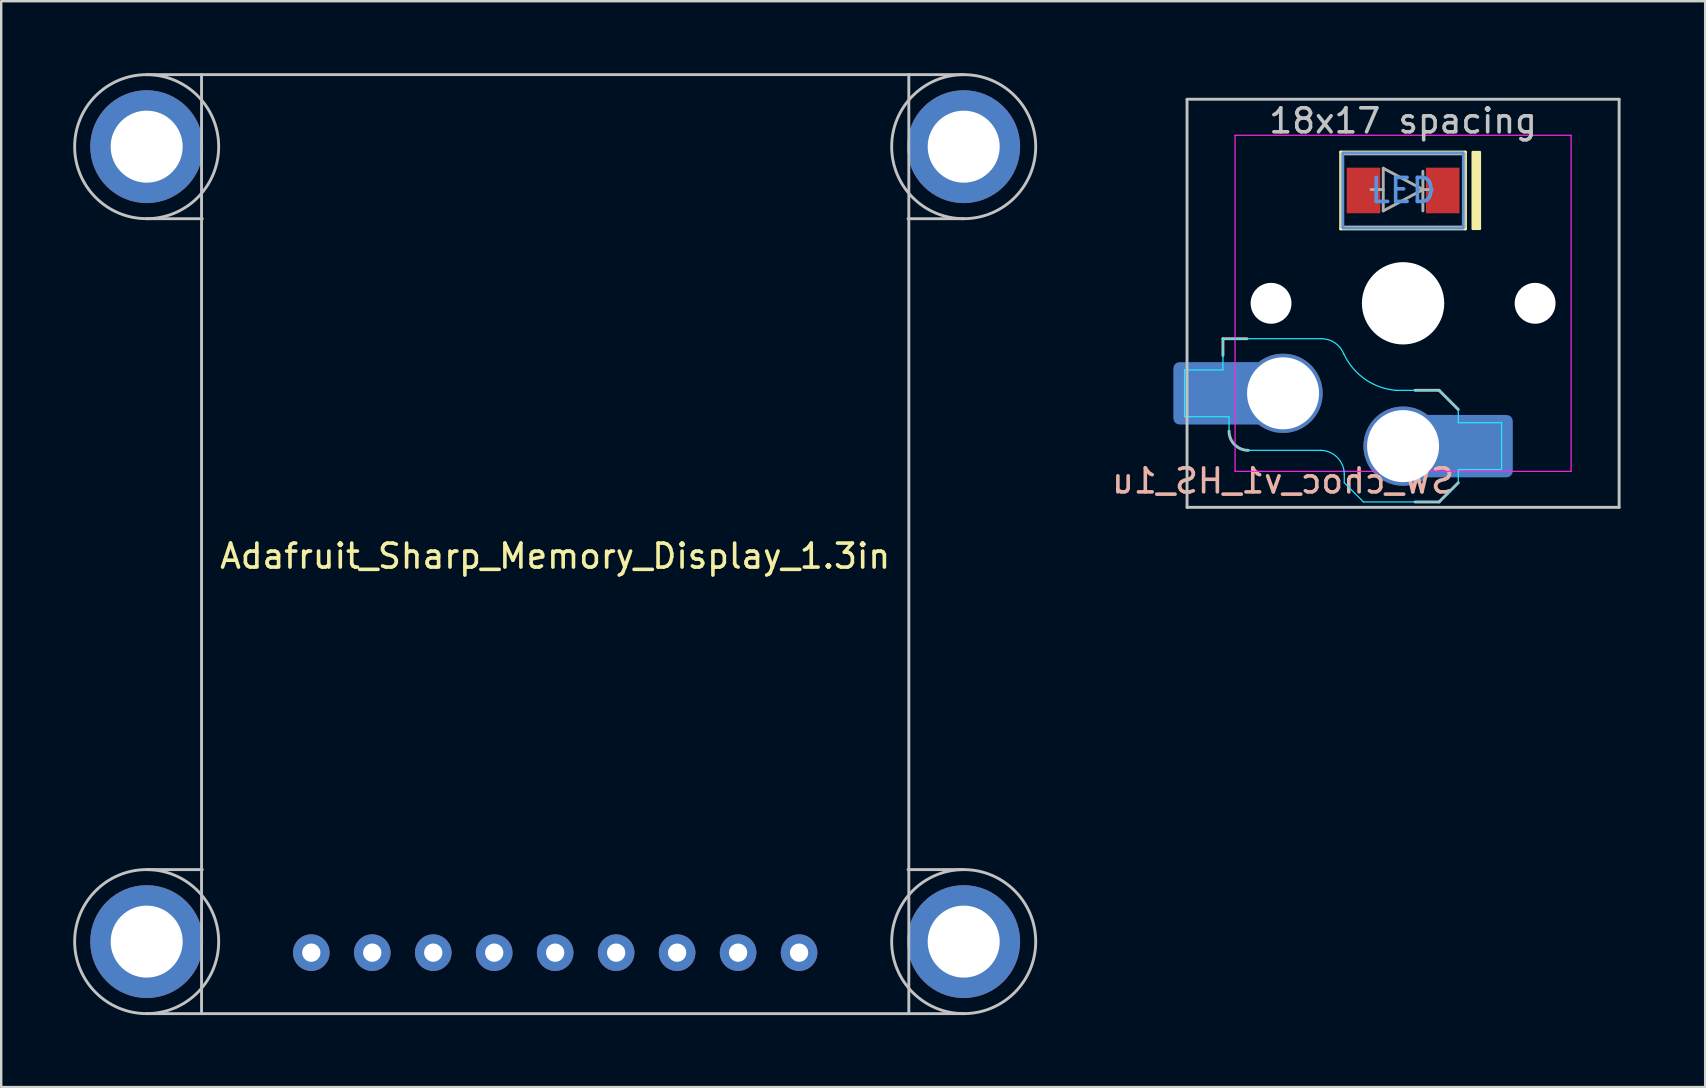
<source format=kicad_pcb>
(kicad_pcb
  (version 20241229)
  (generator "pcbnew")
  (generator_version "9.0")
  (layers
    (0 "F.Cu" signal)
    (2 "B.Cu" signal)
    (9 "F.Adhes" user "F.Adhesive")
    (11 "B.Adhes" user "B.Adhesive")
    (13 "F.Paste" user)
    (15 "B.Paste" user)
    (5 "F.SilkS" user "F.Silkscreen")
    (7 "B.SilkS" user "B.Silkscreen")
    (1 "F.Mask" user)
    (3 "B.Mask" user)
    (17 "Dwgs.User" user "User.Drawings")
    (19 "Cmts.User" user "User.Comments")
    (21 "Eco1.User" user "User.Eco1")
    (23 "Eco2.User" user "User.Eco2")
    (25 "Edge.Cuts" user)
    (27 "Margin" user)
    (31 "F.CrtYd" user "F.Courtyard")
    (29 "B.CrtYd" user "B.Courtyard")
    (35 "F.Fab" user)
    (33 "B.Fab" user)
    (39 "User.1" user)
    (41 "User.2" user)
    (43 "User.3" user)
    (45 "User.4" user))
  (footprint "SW_choc_v1_HS_1u"
    (layer "F.Cu")
    (at 55.4 9.585)
    (property "Reference" "SW_choc_v1_HS_1u" (at -5 7.4 180) (layer "B.SilkS") (effects (font (size 1 1) (thickness 0.15)) (justify mirror)))
    (attr smd)
    (fp_line (start -2.6 -6.3) (end 2.6 -6.3) (stroke (width 0.12) (type solid)) (layer "F.SilkS"))
    (fp_line (start -2.6 -3.1) (end -2.6 -6.3) (stroke (width 0.12) (type solid)) (layer "F.SilkS"))
    (fp_line (start 2.6 -6.3) (end 2.6 -3.1) (stroke (width 0.12) (type solid)) (layer "F.SilkS"))
    (fp_line (start 2.6 -3.1) (end -2.6 -3.1) (stroke (width 0.12) (type solid)) (layer "F.SilkS"))
    (fp_poly (pts (xy 2.9 -3.1) (xy 3.2 -3.1) (xy 3.2 -6.3) (xy 2.9 -6.3)) (stroke (width 0.1) (type solid)) (fill yes) (layer "F.SilkS"))
    (fp_line (start -7.504 1.475) (end -7.504 2.175) (stroke (width 0.12) (type solid)) (layer "B.SilkS"))
    (fp_line (start -7.504 1.475) (end -6.504 1.475) (stroke (width 0.12) (type solid)) (layer "B.SilkS"))
    (fp_line (start 1.5 3.625) (end 0.5 3.625) (stroke (width 0.12) (type solid)) (layer "B.SilkS"))
    (fp_line (start 1.5 3.625) (end 2.3 4.425) (stroke (width 0.12) (type solid)) (layer "B.SilkS"))
    (fp_line (start 1.5 8.275) (end 0.5 8.275) (stroke (width 0.12) (type solid)) (layer "B.SilkS"))
    (fp_line (start 2.3 7.475) (end 1.5 8.275) (stroke (width 0.12) (type solid)) (layer "B.SilkS"))
    (fp_arc (start -6.45 6.125) (mid -7.015685 5.890685) (end -7.25 5.325) (stroke (width 0.12) (type solid)) (layer "B.SilkS"))
    (fp_line (start -9 -8.5) (end 9 -8.5) (stroke (width 0.12) (type solid)) (layer "Dwgs.User"))
    (fp_line (start -9 8.5) (end -9 -8.5) (stroke (width 0.12) (type solid)) (layer "Dwgs.User"))
    (fp_line (start 9 -8.5) (end 9 8.5) (stroke (width 0.12) (type solid)) (layer "Dwgs.User"))
    (fp_line (start 9 8.5) (end -9 8.5) (stroke (width 0.12) (type solid)) (layer "Dwgs.User"))
    (fp_rect (start 2.5 -6.275) (end -2.5 -3.125) (stroke (width 0.1) (type default)) (fill no) (layer "Cmts.User"))
    (fp_line (start -9.525 -9.525) (end -9.525 9.525) (stroke (width 0.12) (type solid)) (layer "Eco1.User"))
    (fp_line (start -9.525 9.525) (end 9.525 9.525) (stroke (width 0.12) (type solid)) (layer "Eco1.User"))
    (fp_line (start 9.525 -9.525) (end -9.525 -9.525) (stroke (width 0.12) (type solid)) (layer "Eco1.User"))
    (fp_line (start 9.525 9.525) (end 9.525 -9.525) (stroke (width 0.12) (type solid)) (layer "Eco1.User"))
    (fp_line (start -6.95 6.45) (end -6.95 -6.45) (stroke (width 0.05) (type solid)) (layer "Eco2.User"))
    (fp_line (start -6.45 -6.95) (end 6.45 -6.95) (stroke (width 0.05) (type solid)) (layer "Eco2.User"))
    (fp_line (start 6.45 6.95) (end -6.45 6.95) (stroke (width 0.05) (type solid)) (layer "Eco2.User"))
    (fp_line (start 6.95 -6.45) (end 6.95 6.45) (stroke (width 0.05) (type solid)) (layer "Eco2.User"))
    (fp_arc (start -6.95 -6.45) (mid -6.803553 -6.803553) (end -6.45 -6.95) (stroke (width 0.05) (type solid)) (layer "Eco2.User"))
    (fp_arc (start -6.45 6.95) (mid -6.803553 6.803553) (end -6.95 6.45) (stroke (width 0.05) (type solid)) (layer "Eco2.User"))
    (fp_arc (start 6.45 -6.95) (mid 6.803553 -6.803553) (end 6.95 -6.45) (stroke (width 0.05) (type solid)) (layer "Eco2.User"))
    (fp_arc (start 6.95 6.45) (mid 6.803553 6.803553) (end 6.45 6.95) (stroke (width 0.05) (type solid)) (layer "Eco2.User"))
    (fp_line (start -9.104 2.775) (end -7.504 2.775) (stroke (width 0.05) (type solid)) (layer "B.CrtYd"))
    (fp_line (start -9.104 4.725) (end -9.104 2.775) (stroke (width 0.05) (type solid)) (layer "B.CrtYd"))
    (fp_line (start -7.504 1.475) (end -7.504 2.175) (stroke (width 0.05) (type solid)) (layer "B.CrtYd"))
    (fp_line (start -7.504 1.475) (end -3.4 1.475) (stroke (width 0.05) (type solid)) (layer "B.CrtYd"))
    (fp_line (start -7.504 2.175) (end -7.504 2.775) (stroke (width 0.05) (type solid)) (layer "B.CrtYd"))
    (fp_line (start -7.25 4.725) (end -9.104 4.725) (stroke (width 0.05) (type solid)) (layer "B.CrtYd"))
    (fp_line (start -7.25 5.325) (end -7.25 4.725) (stroke (width 0.05) (type solid)) (layer "B.CrtYd"))
    (fp_line (start -3.45 6.125) (end -6.45 6.125) (stroke (width 0.05) (type solid)) (layer "B.CrtYd"))
    (fp_line (start -2.45 7.475) (end -2.45 7.125) (stroke (width 0.05) (type solid)) (layer "B.CrtYd"))
    (fp_line (start -2.45 7.475) (end -1.65 8.275) (stroke (width 0.05) (type solid)) (layer "B.CrtYd"))
    (fp_line (start 1.5 3.625) (end -0.3 3.625) (stroke (width 0.05) (type solid)) (layer "B.CrtYd"))
    (fp_line (start 1.5 3.625) (end 2.3 4.425) (stroke (width 0.05) (type solid)) (layer "B.CrtYd"))
    (fp_line (start 1.5 8.275) (end -1.65 8.275) (stroke (width 0.05) (type solid)) (layer "B.CrtYd"))
    (fp_line (start 2.3 4.975) (end 2.3 4.425) (stroke (width 0.05) (type solid)) (layer "B.CrtYd"))
    (fp_line (start 2.3 7.475) (end 1.5 8.275) (stroke (width 0.05) (type solid)) (layer "B.CrtYd"))
    (fp_line (start 2.3 7.475) (end 2.3 6.925) (stroke (width 0.05) (type solid)) (layer "B.CrtYd"))
    (fp_line (start 4.104 4.975) (end 2.3 4.975) (stroke (width 0.05) (type solid)) (layer "B.CrtYd"))
    (fp_line (start 4.104 4.975) (end 4.104 6.925) (stroke (width 0.05) (type solid)) (layer "B.CrtYd"))
    (fp_line (start 4.104 6.925) (end 2.3 6.925) (stroke (width 0.05) (type solid)) (layer "B.CrtYd"))
    (fp_arc (start -6.45 6.125) (mid -7.015685 5.890685) (end -7.25 5.325) (stroke (width 0.05) (type solid)) (layer "B.CrtYd"))
    (fp_arc (start -3.45 6.125) (mid -2.742893 6.417893) (end -2.45 7.125) (stroke (width 0.05) (type solid)) (layer "B.CrtYd"))
    (fp_arc (start -3.4 1.475) (mid -2.826423 1.655848) (end -2.460307 2.13298) (stroke (width 0.05) (type solid)) (layer "B.CrtYd"))
    (fp_arc (start -0.299999 3.624999) (mid -1.577272 3.167235) (end -2.455444 2.13293) (stroke (width 0.05) (type solid)) (layer "B.CrtYd"))
    (fp_line (start -7 -7) (end 7 -7) (stroke (width 0.05) (type solid)) (layer "F.CrtYd"))
    (fp_line (start -7 7) (end -7 -7) (stroke (width 0.05) (type solid)) (layer "F.CrtYd"))
    (fp_line (start 7 -7) (end 7 7) (stroke (width 0.05) (type solid)) (layer "F.CrtYd"))
    (fp_line (start 7 7) (end -7 7) (stroke (width 0.05) (type solid)) (layer "F.CrtYd"))
    (fp_line (start -2.54 -6.224) (end -2.54 -3.176) (stroke (width 0.12) (type solid)) (layer "F.Fab"))
    (fp_line (start -2.54 -3.176) (end 2.54 -3.176) (stroke (width 0.12) (type solid)) (layer "F.Fab"))
    (fp_line (start -0.826 -3.849) (end -0.826 -5.627) (stroke (width 0.12) (type solid)) (layer "F.Fab"))
    (fp_line (start -0.826 -5.627) (end 0.825 -4.738) (stroke (width 0.12) (type solid)) (layer "F.Fab"))
    (fp_line (start -0.826 -4.738) (end -1.334 -4.738) (stroke (width 0.12) (type solid)) (layer "F.Fab"))
    (fp_line (start 0.825 -4.738) (end -0.826 -3.849) (stroke (width 0.12) (type solid)) (layer "F.Fab"))
    (fp_line (start 0.825 -4.738) (end 1.206 -4.738) (stroke (width 0.12) (type solid)) (layer "F.Fab"))
    (fp_line (start 0.825 -3.849) (end 0.825 -5.5) (stroke (width 0.12) (type solid)) (layer "F.Fab"))
    (fp_line (start 2.54 -6.224) (end -2.54 -6.224) (stroke (width 0.12) (type solid)) (layer "F.Fab"))
    (fp_line (start 2.54 -3.176) (end 2.54 -6.224) (stroke (width 0.12) (type solid)) (layer "F.Fab"))
    (fp_text user "18x17 spacing" (at 0 -7.6 180) (layer "Dwgs.User") (effects (font (size 1 1) (thickness 0.15))))
    (fp_text user "LED" (at 0 -4.7 0) (unlocked yes) (layer "Cmts.User") (effects (font (size 1 1) (thickness 0.15))))
    (fp_text user "19.05 spacing" (at 0 -8.7 180) (layer "Eco1.User") (effects (font (size 1 1) (thickness 0.15))))
    (pad "" np_thru_hole circle (at -5.5 0 180) (size 1.702 1.702) (drill 1.702) (layers "*.Cu" "*.Mask"))
    (pad "" np_thru_hole circle (at 0 0 180) (size 3.429 3.429) (drill 3.429) (layers "*.Cu" "*.Mask"))
    (pad "" np_thru_hole circle (at 5.5 0 180) (size 1.702 1.702) (drill 1.702) (layers "*.Cu" "*.Mask"))
    (pad "1" thru_hole circle (at 0 5.95) (size 3.3 3.3) (drill 3) (layers "*.Cu" "B.Mask"))
    (pad "1" smd rect (at 1.55 5.95 180) (size 1.2 2.6) (layers "B.Cu"))
    (pad "1" smd roundrect (at 3.245 5.95) (size 2.65 2.6) (layers "B.Cu" "B.Mask" "B.Paste") (roundrect_rratio 0.1))
    (pad "2" smd roundrect (at -8.245 3.75) (size 2.65 2.6) (layers "B.Cu" "B.Mask" "B.Paste") (roundrect_rratio 0.1))
    (pad "2" smd rect (at -6.55 3.75) (size 1.2 2.6) (layers "B.Cu"))
    (pad "2" thru_hole circle (at -5 3.75) (size 3.3 3.3) (drill 3) (layers "*.Cu" "B.Mask"))
    (pad "3" smd rect (at -1.65 -4.7) (size 1.4 1.9) (layers "F.Cu" "F.Mask" "F.Paste"))
    (pad "4" smd rect (at 1.65 -4.7) (size 1.4 1.9) (layers "F.Cu" "F.Mask" "F.Paste")))
  (footprint "Adafruit_Sharp_Memory_Display_1.3in"
    (layer "F.Cu")
    (at 20.078 19.618)
    (property "Reference" "Adafruit_Sharp_Memory_Display_1.3in" (at 0 0.5 0) (layer "F.SilkS") (effects (font (size 1 1) (thickness 0.15))))
    (attr through_hole)
    (fp_line (start -17.018 -19.558) (end -14.732 -19.558) (stroke (width 0.12) (type solid)) (layer "Dwgs.User"))
    (fp_line (start -17.018 -13.558) (end -14.7 -13.558) (stroke (width 0.12) (type solid)) (layer "Dwgs.User"))
    (fp_line (start -17.018 13.558) (end -14.7 13.558) (stroke (width 0.12) (type solid)) (layer "Dwgs.User"))
    (fp_line (start -17.018 19.558) (end -14.732 19.558) (stroke (width 0.12) (type solid)) (layer "Dwgs.User"))
    (fp_line (start -14.732 -19.558) (end -14.732 19.558) (stroke (width 0.12) (type solid)) (layer "Dwgs.User"))
    (fp_line (start -14.732 19.558) (end 14.732 19.558) (stroke (width 0.12) (type solid)) (layer "Dwgs.User"))
    (fp_line (start 14.732 -19.558) (end -14.732 -19.558) (stroke (width 0.12) (type solid)) (layer "Dwgs.User"))
    (fp_line (start 14.732 -19.558) (end 14.732 19.558) (stroke (width 0.12) (type solid)) (layer "Dwgs.User"))
    (fp_line (start 14.732 -19.558) (end 17.018 -19.558) (stroke (width 0.12) (type solid)) (layer "Dwgs.User"))
    (fp_line (start 17.018 -13.558) (end 14.7 -13.558) (stroke (width 0.12) (type solid)) (layer "Dwgs.User"))
    (fp_line (start 17.018 13.558) (end 14.7 13.558) (stroke (width 0.12) (type solid)) (layer "Dwgs.User"))
    (fp_line (start 17.018 19.558) (end 14.732 19.558) (stroke (width 0.12) (type solid)) (layer "Dwgs.User"))
    (fp_circle (center -17.018 -16.558) (end -14.018 -16.558) (stroke (width 0.12) (type solid)) (fill no) (layer "Dwgs.User"))
    (fp_circle (center -17.018 16.558) (end -14.018 16.558) (stroke (width 0.12) (type solid)) (fill no) (layer "Dwgs.User"))
    (fp_circle (center 17.018 -16.558) (end 20.018 -16.558) (stroke (width 0.12) (type solid)) (fill no) (layer "Dwgs.User"))
    (fp_circle (center 17.018 16.558) (end 20.018 16.558) (stroke (width 0.12) (type solid)) (fill no) (layer "Dwgs.User"))
    (pad "" thru_hole circle (at -17.018 -16.558) (size 4.7 4.7) (drill 3) (layers "*.Cu" "*.Mask"))
    (pad "" thru_hole circle (at -17.018 16.558) (size 4.7 4.7) (drill 3) (layers "*.Cu" "*.Mask"))
    (pad "" thru_hole circle (at 17.018 -16.558) (size 4.7 4.7) (drill 3) (layers "*.Cu" "*.Mask"))
    (pad "" thru_hole circle (at 17.018 16.558) (size 4.7 4.7) (drill 3) (layers "*.Cu" "*.Mask"))
    (pad "1" thru_hole circle (at -10.16 17.018) (size 1.524 1.524) (drill 0.762) (layers "*.Cu" "*.Mask"))
    (pad "2" thru_hole circle (at -7.62 17.018) (size 1.524 1.524) (drill 0.762) (layers "*.Cu" "*.Mask"))
    (pad "3" thru_hole circle (at -5.08 17.018) (size 1.524 1.524) (drill 0.762) (layers "*.Cu" "*.Mask"))
    (pad "4" thru_hole circle (at -2.54 17.018) (size 1.524 1.524) (drill 0.762) (layers "*.Cu" "*.Mask"))
    (pad "5" thru_hole circle (at 0 17.018) (size 1.524 1.524) (drill 0.762) (layers "*.Cu" "*.Mask"))
    (pad "6" thru_hole circle (at 2.54 17.018) (size 1.524 1.524) (drill 0.762) (layers "*.Cu" "*.Mask"))
    (pad "7" thru_hole circle (at 5.08 17.018) (size 1.524 1.524) (drill 0.762) (layers "*.Cu" "*.Mask"))
    (pad "8" thru_hole circle (at 7.62 17.018) (size 1.524 1.524) (drill 0.762) (layers "*.Cu" "*.Mask"))
    (pad "9" thru_hole circle (at 10.16 17.018) (size 1.524 1.524) (drill 0.762) (layers "*.Cu" "*.Mask")))
  (gr_rect
    (start -3 -3)
    (end 67.985 42.236)
    (stroke (width 0.1) (type default))
    (fill no)
    (layer "Edge.Cuts")))
</source>
